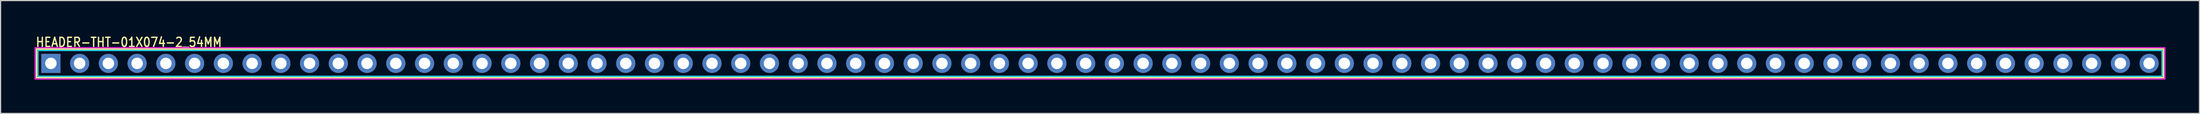
<source format=kicad_pcb>
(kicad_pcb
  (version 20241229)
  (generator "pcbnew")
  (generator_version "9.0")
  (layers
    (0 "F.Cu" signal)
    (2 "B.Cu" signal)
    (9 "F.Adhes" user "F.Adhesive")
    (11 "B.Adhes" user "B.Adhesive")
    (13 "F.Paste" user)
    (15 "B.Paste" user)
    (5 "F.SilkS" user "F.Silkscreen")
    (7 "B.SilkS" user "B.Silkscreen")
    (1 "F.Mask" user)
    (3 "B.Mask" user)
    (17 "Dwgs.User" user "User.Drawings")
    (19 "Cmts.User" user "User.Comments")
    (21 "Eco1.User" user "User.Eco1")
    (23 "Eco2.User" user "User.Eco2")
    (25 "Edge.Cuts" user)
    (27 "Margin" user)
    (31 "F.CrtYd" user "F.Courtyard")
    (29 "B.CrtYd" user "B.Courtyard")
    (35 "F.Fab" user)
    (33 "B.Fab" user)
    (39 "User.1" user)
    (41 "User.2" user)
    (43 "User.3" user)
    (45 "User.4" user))
  (footprint "HEADER-THT-01X074-2_54MM"
    (layer "F.Cu")
    (at 1.447 2.579)
    (property "Reference" "HEADER-THT-01X074-2_54MM" (at -1.4 -1.4 0) (unlocked yes) (layer "F.SilkS") (effects (font (size 0.813 0.695) (thickness 0.122)) (justify left bottom)))
    (fp_line (start -1.27 -1.27) (end -1.27 1.27) (stroke (width 0.127) (type solid)) (layer "F.SilkS"))
    (fp_line (start -1.27 1.27) (end 186.69 1.27) (stroke (width 0.127) (type solid)) (layer "F.SilkS"))
    (fp_line (start 186.69 -1.27) (end -1.27 -1.27) (stroke (width 0.127) (type solid)) (layer "F.SilkS"))
    (fp_line (start 186.69 1.27) (end 186.69 -1.27) (stroke (width 0.127) (type solid)) (layer "F.SilkS"))
    (fp_poly (pts (xy -1.143 -1.143) (xy 186.563 -1.143) (xy 186.563 1.143) (xy -1.143 1.143)) (stroke (width 0.1) (type solid)) (fill no) (layer "B.CrtYd"))
    (fp_poly (pts (xy -1.397 -1.397) (xy 186.817 -1.397) (xy 186.817 1.397) (xy -1.397 1.397)) (stroke (width 0.1) (type solid)) (fill no) (layer "F.CrtYd"))
    (pad "P$1" thru_hole rect (at 0 0) (size 1.693 1.693) (drill 1.016) (layers "*.Cu" "*.Mask"))
    (pad "P$2" thru_hole oval (at 2.54 0) (size 1.693 1.693) (drill 1.016) (layers "*.Cu" "*.Mask"))
    (pad "P$3" thru_hole oval (at 5.08 0) (size 1.693 1.693) (drill 1.016) (layers "*.Cu" "*.Mask"))
    (pad "P$4" thru_hole oval (at 7.62 0) (size 1.693 1.693) (drill 1.016) (layers "*.Cu" "*.Mask"))
    (pad "P$5" thru_hole oval (at 10.16 0) (size 1.693 1.693) (drill 1.016) (layers "*.Cu" "*.Mask"))
    (pad "P$6" thru_hole oval (at 12.7 0) (size 1.693 1.693) (drill 1.016) (layers "*.Cu" "*.Mask"))
    (pad "P$7" thru_hole oval (at 15.24 0) (size 1.693 1.693) (drill 1.016) (layers "*.Cu" "*.Mask"))
    (pad "P$8" thru_hole oval (at 17.78 0) (size 1.693 1.693) (drill 1.016) (layers "*.Cu" "*.Mask"))
    (pad "P$9" thru_hole oval (at 20.32 0) (size 1.693 1.693) (drill 1.016) (layers "*.Cu" "*.Mask"))
    (pad "P$10" thru_hole oval (at 22.86 0) (size 1.693 1.693) (drill 1.016) (layers "*.Cu" "*.Mask"))
    (pad "P$11" thru_hole oval (at 25.4 0) (size 1.693 1.693) (drill 1.016) (layers "*.Cu" "*.Mask"))
    (pad "P$12" thru_hole oval (at 27.94 0) (size 1.693 1.693) (drill 1.016) (layers "*.Cu" "*.Mask"))
    (pad "P$13" thru_hole oval (at 30.48 0) (size 1.693 1.693) (drill 1.016) (layers "*.Cu" "*.Mask"))
    (pad "P$14" thru_hole oval (at 33.02 0) (size 1.693 1.693) (drill 1.016) (layers "*.Cu" "*.Mask"))
    (pad "P$15" thru_hole oval (at 35.56 0) (size 1.693 1.693) (drill 1.016) (layers "*.Cu" "*.Mask"))
    (pad "P$16" thru_hole oval (at 38.1 0) (size 1.693 1.693) (drill 1.016) (layers "*.Cu" "*.Mask"))
    (pad "P$17" thru_hole oval (at 40.64 0) (size 1.693 1.693) (drill 1.016) (layers "*.Cu" "*.Mask"))
    (pad "P$18" thru_hole oval (at 43.18 0) (size 1.693 1.693) (drill 1.016) (layers "*.Cu" "*.Mask"))
    (pad "P$19" thru_hole oval (at 45.72 0) (size 1.693 1.693) (drill 1.016) (layers "*.Cu" "*.Mask"))
    (pad "P$20" thru_hole oval (at 48.26 0) (size 1.693 1.693) (drill 1.016) (layers "*.Cu" "*.Mask"))
    (pad "P$21" thru_hole oval (at 50.8 0) (size 1.693 1.693) (drill 1.016) (layers "*.Cu" "*.Mask"))
    (pad "P$22" thru_hole oval (at 53.34 0) (size 1.693 1.693) (drill 1.016) (layers "*.Cu" "*.Mask"))
    (pad "P$23" thru_hole oval (at 55.88 0) (size 1.693 1.693) (drill 1.016) (layers "*.Cu" "*.Mask"))
    (pad "P$24" thru_hole oval (at 58.42 0) (size 1.693 1.693) (drill 1.016) (layers "*.Cu" "*.Mask"))
    (pad "P$25" thru_hole oval (at 60.96 0) (size 1.693 1.693) (drill 1.016) (layers "*.Cu" "*.Mask"))
    (pad "P$26" thru_hole oval (at 63.5 0) (size 1.693 1.693) (drill 1.016) (layers "*.Cu" "*.Mask"))
    (pad "P$27" thru_hole oval (at 66.04 0) (size 1.693 1.693) (drill 1.016) (layers "*.Cu" "*.Mask"))
    (pad "P$28" thru_hole oval (at 68.58 0) (size 1.693 1.693) (drill 1.016) (layers "*.Cu" "*.Mask"))
    (pad "P$29" thru_hole oval (at 71.12 0) (size 1.693 1.693) (drill 1.016) (layers "*.Cu" "*.Mask"))
    (pad "P$30" thru_hole oval (at 73.66 0) (size 1.693 1.693) (drill 1.016) (layers "*.Cu" "*.Mask"))
    (pad "P$31" thru_hole oval (at 76.2 0) (size 1.693 1.693) (drill 1.016) (layers "*.Cu" "*.Mask"))
    (pad "P$32" thru_hole oval (at 78.74 0) (size 1.693 1.693) (drill 1.016) (layers "*.Cu" "*.Mask"))
    (pad "P$33" thru_hole oval (at 81.28 0) (size 1.693 1.693) (drill 1.016) (layers "*.Cu" "*.Mask"))
    (pad "P$34" thru_hole oval (at 83.82 0) (size 1.693 1.693) (drill 1.016) (layers "*.Cu" "*.Mask"))
    (pad "P$35" thru_hole oval (at 86.36 0) (size 1.693 1.693) (drill 1.016) (layers "*.Cu" "*.Mask"))
    (pad "P$36" thru_hole oval (at 88.9 0) (size 1.693 1.693) (drill 1.016) (layers "*.Cu" "*.Mask"))
    (pad "P$37" thru_hole oval (at 91.44 0) (size 1.693 1.693) (drill 1.016) (layers "*.Cu" "*.Mask"))
    (pad "P$38" thru_hole oval (at 93.98 0) (size 1.693 1.693) (drill 1.016) (layers "*.Cu" "*.Mask"))
    (pad "P$39" thru_hole oval (at 96.52 0) (size 1.693 1.693) (drill 1.016) (layers "*.Cu" "*.Mask"))
    (pad "P$40" thru_hole oval (at 99.06 0) (size 1.693 1.693) (drill 1.016) (layers "*.Cu" "*.Mask"))
    (pad "P$41" thru_hole oval (at 101.6 0) (size 1.693 1.693) (drill 1.016) (layers "*.Cu" "*.Mask"))
    (pad "P$42" thru_hole oval (at 104.14 0) (size 1.693 1.693) (drill 1.016) (layers "*.Cu" "*.Mask"))
    (pad "P$43" thru_hole oval (at 106.68 0) (size 1.693 1.693) (drill 1.016) (layers "*.Cu" "*.Mask"))
    (pad "P$44" thru_hole oval (at 109.22 0) (size 1.693 1.693) (drill 1.016) (layers "*.Cu" "*.Mask"))
    (pad "P$45" thru_hole oval (at 111.76 0) (size 1.693 1.693) (drill 1.016) (layers "*.Cu" "*.Mask"))
    (pad "P$46" thru_hole oval (at 114.3 0) (size 1.693 1.693) (drill 1.016) (layers "*.Cu" "*.Mask"))
    (pad "P$47" thru_hole oval (at 116.84 0) (size 1.693 1.693) (drill 1.016) (layers "*.Cu" "*.Mask"))
    (pad "P$48" thru_hole oval (at 119.38 0) (size 1.693 1.693) (drill 1.016) (layers "*.Cu" "*.Mask"))
    (pad "P$49" thru_hole oval (at 121.92 0) (size 1.693 1.693) (drill 1.016) (layers "*.Cu" "*.Mask"))
    (pad "P$50" thru_hole oval (at 124.46 0) (size 1.693 1.693) (drill 1.016) (layers "*.Cu" "*.Mask"))
    (pad "P$51" thru_hole oval (at 127 0) (size 1.693 1.693) (drill 1.016) (layers "*.Cu" "*.Mask"))
    (pad "P$52" thru_hole oval (at 129.54 0) (size 1.693 1.693) (drill 1.016) (layers "*.Cu" "*.Mask"))
    (pad "P$53" thru_hole oval (at 132.08 0) (size 1.693 1.693) (drill 1.016) (layers "*.Cu" "*.Mask"))
    (pad "P$54" thru_hole oval (at 134.62 0) (size 1.693 1.693) (drill 1.016) (layers "*.Cu" "*.Mask"))
    (pad "P$55" thru_hole oval (at 137.16 0) (size 1.693 1.693) (drill 1.016) (layers "*.Cu" "*.Mask"))
    (pad "P$56" thru_hole oval (at 139.7 0) (size 1.693 1.693) (drill 1.016) (layers "*.Cu" "*.Mask"))
    (pad "P$57" thru_hole oval (at 142.24 0) (size 1.693 1.693) (drill 1.016) (layers "*.Cu" "*.Mask"))
    (pad "P$58" thru_hole oval (at 144.78 0) (size 1.693 1.693) (drill 1.016) (layers "*.Cu" "*.Mask"))
    (pad "P$59" thru_hole oval (at 147.32 0) (size 1.693 1.693) (drill 1.016) (layers "*.Cu" "*.Mask"))
    (pad "P$60" thru_hole oval (at 149.86 0) (size 1.693 1.693) (drill 1.016) (layers "*.Cu" "*.Mask"))
    (pad "P$61" thru_hole oval (at 152.4 0) (size 1.693 1.693) (drill 1.016) (layers "*.Cu" "*.Mask"))
    (pad "P$62" thru_hole oval (at 154.94 0) (size 1.693 1.693) (drill 1.016) (layers "*.Cu" "*.Mask"))
    (pad "P$63" thru_hole oval (at 157.48 0) (size 1.693 1.693) (drill 1.016) (layers "*.Cu" "*.Mask"))
    (pad "P$64" thru_hole oval (at 160.02 0) (size 1.693 1.693) (drill 1.016) (layers "*.Cu" "*.Mask"))
    (pad "P$65" thru_hole oval (at 162.56 0) (size 1.693 1.693) (drill 1.016) (layers "*.Cu" "*.Mask"))
    (pad "P$66" thru_hole oval (at 165.1 0) (size 1.693 1.693) (drill 1.016) (layers "*.Cu" "*.Mask"))
    (pad "P$67" thru_hole oval (at 167.64 0) (size 1.693 1.693) (drill 1.016) (layers "*.Cu" "*.Mask"))
    (pad "P$68" thru_hole oval (at 170.18 0) (size 1.693 1.693) (drill 1.016) (layers "*.Cu" "*.Mask"))
    (pad "P$69" thru_hole oval (at 172.72 0) (size 1.693 1.693) (drill 1.016) (layers "*.Cu" "*.Mask"))
    (pad "P$70" thru_hole oval (at 175.26 0) (size 1.693 1.693) (drill 1.016) (layers "*.Cu" "*.Mask"))
    (pad "P$71" thru_hole oval (at 177.8 0) (size 1.693 1.693) (drill 1.016) (layers "*.Cu" "*.Mask"))
    (pad "P$72" thru_hole oval (at 180.34 0) (size 1.693 1.693) (drill 1.016) (layers "*.Cu" "*.Mask"))
    (pad "P$73" thru_hole oval (at 182.88 0) (size 1.693 1.693) (drill 1.016) (layers "*.Cu" "*.Mask"))
    (pad "P$74" thru_hole oval (at 185.42 0) (size 1.693 1.693) (drill 1.016) (layers "*.Cu" "*.Mask")))
  (gr_rect
    (start -3 -3)
    (end 191.314 7.026)
    (stroke (width 0.1) (type default))
    (fill no)
    (layer "Edge.Cuts")))
</source>
